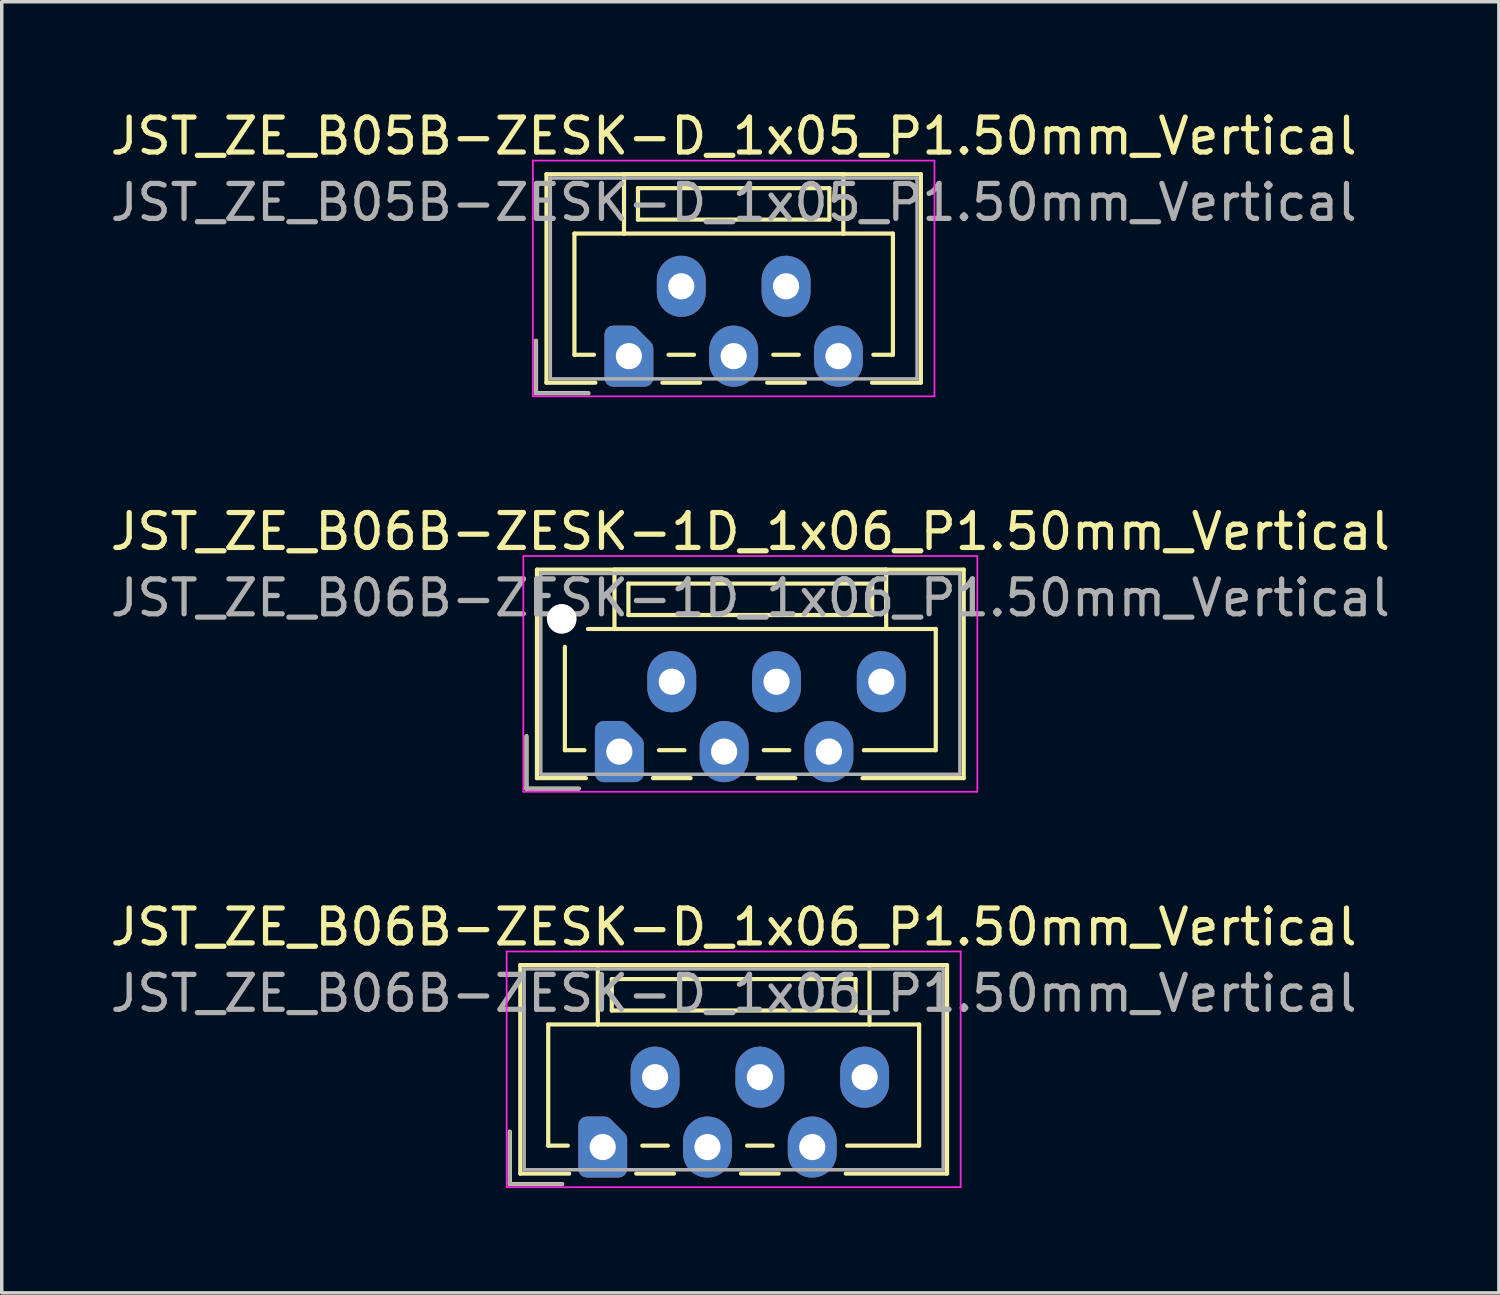
<source format=kicad_pcb>
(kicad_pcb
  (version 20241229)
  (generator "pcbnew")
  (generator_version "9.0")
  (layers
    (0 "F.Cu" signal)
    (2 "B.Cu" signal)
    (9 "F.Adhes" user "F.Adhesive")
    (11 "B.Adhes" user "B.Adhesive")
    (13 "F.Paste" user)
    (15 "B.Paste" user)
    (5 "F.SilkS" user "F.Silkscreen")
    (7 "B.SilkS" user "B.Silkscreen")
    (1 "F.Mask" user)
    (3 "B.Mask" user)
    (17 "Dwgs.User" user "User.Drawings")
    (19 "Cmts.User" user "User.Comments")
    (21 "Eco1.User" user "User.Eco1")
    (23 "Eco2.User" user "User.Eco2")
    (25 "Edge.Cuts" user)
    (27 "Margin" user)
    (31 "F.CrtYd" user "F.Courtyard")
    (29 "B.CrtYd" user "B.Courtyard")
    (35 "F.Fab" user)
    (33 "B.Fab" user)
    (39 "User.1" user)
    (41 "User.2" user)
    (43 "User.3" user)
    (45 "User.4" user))
  (footprint "JST_ZE_B06B-ZESK-1D_1x06_P1.50mm_Vertical"
    (layer "F.Cu")
    (at 14.685 18.471)
    (property "Reference" "JST_ZE_B06B-ZESK-1D_1x06_P1.50mm_Vertical" (at 3.75 -6.3 0) (layer "F.SilkS") (effects (font (size 1 1) (thickness 0.15))))
    (attr through_hole)
    (fp_line (start -2.66 -0.44) (end -2.66 1.06) (stroke (width 0.12) (type solid)) (layer "F.SilkS"))
    (fp_line (start -2.66 1.06) (end -1.16 1.06) (stroke (width 0.12) (type solid)) (layer "F.SilkS"))
    (fp_line (start -2.36 -5.21) (end 9.86 -5.21) (stroke (width 0.12) (type solid)) (layer "F.SilkS"))
    (fp_line (start -2.36 0.76) (end -2.36 -5.21) (stroke (width 0.12) (type solid)) (layer "F.SilkS"))
    (fp_line (start -1.56 -3) (end -1.56 -0.04) (stroke (width 0.12) (type solid)) (layer "F.SilkS"))
    (fp_line (start -1.56 -0.04) (end -1 -0.04) (stroke (width 0.12) (type solid)) (layer "F.SilkS"))
    (fp_line (start -0.96 0.76) (end -2.36 0.76) (stroke (width 0.12) (type solid)) (layer "F.SilkS"))
    (fp_line (start -0.14 -5.21) (end -0.14 -3.51) (stroke (width 0.12) (type solid)) (layer "F.SilkS"))
    (fp_line (start -0.14 -3.51) (end -0.9 -3.51) (stroke (width 0.12) (type solid)) (layer "F.SilkS"))
    (fp_line (start -0.14 -3.51) (end 7.64 -3.51) (stroke (width 0.12) (type solid)) (layer "F.SilkS"))
    (fp_line (start 0.26 -4.81) (end 0.26 -3.91) (stroke (width 0.12) (type solid)) (layer "F.SilkS"))
    (fp_line (start 0.26 -3.91) (end 7.24 -3.91) (stroke (width 0.12) (type solid)) (layer "F.SilkS"))
    (fp_line (start 0.96 0.76) (end 2.04 0.76) (stroke (width 0.12) (type solid)) (layer "F.SilkS"))
    (fp_line (start 1.135 -0.04) (end 1.865 -0.04) (stroke (width 0.12) (type solid)) (layer "F.SilkS"))
    (fp_line (start 3.96 0.76) (end 5.04 0.76) (stroke (width 0.12) (type solid)) (layer "F.SilkS"))
    (fp_line (start 4.135 -0.04) (end 4.865 -0.04) (stroke (width 0.12) (type solid)) (layer "F.SilkS"))
    (fp_line (start 7.24 -4.81) (end 0.26 -4.81) (stroke (width 0.12) (type solid)) (layer "F.SilkS"))
    (fp_line (start 7.24 -3.91) (end 7.24 -4.81) (stroke (width 0.12) (type solid)) (layer "F.SilkS"))
    (fp_line (start 7.64 -5.21) (end -0.14 -5.21) (stroke (width 0.12) (type solid)) (layer "F.SilkS"))
    (fp_line (start 7.64 -3.51) (end 7.64 -5.21) (stroke (width 0.12) (type solid)) (layer "F.SilkS"))
    (fp_line (start 7.64 -3.51) (end 9.06 -3.51) (stroke (width 0.12) (type solid)) (layer "F.SilkS"))
    (fp_line (start 9.06 -3.51) (end 9.06 -0.04) (stroke (width 0.12) (type solid)) (layer "F.SilkS"))
    (fp_line (start 9.06 -0.04) (end 7 -0.04) (stroke (width 0.12) (type solid)) (layer "F.SilkS"))
    (fp_line (start 9.86 -5.21) (end 9.86 0.76) (stroke (width 0.12) (type solid)) (layer "F.SilkS"))
    (fp_line (start 9.86 0.76) (end 6.96 0.76) (stroke (width 0.12) (type solid)) (layer "F.SilkS"))
    (fp_line (start -2.75 -5.6) (end -2.75 1.15) (stroke (width 0.05) (type solid)) (layer "F.CrtYd"))
    (fp_line (start -2.75 1.15) (end 10.25 1.15) (stroke (width 0.05) (type solid)) (layer "F.CrtYd"))
    (fp_line (start 10.25 -5.6) (end -2.75 -5.6) (stroke (width 0.05) (type solid)) (layer "F.CrtYd"))
    (fp_line (start 10.25 1.15) (end 10.25 -5.6) (stroke (width 0.05) (type solid)) (layer "F.CrtYd"))
    (fp_line (start -2.66 -0.44) (end -2.66 1.06) (stroke (width 0.1) (type solid)) (layer "F.Fab"))
    (fp_line (start -2.66 1.06) (end -1.16 1.06) (stroke (width 0.1) (type solid)) (layer "F.Fab"))
    (fp_line (start -2.25 -5.1) (end -2.25 0.65) (stroke (width 0.1) (type solid)) (layer "F.Fab"))
    (fp_line (start -2.25 0.65) (end 9.75 0.65) (stroke (width 0.1) (type solid)) (layer "F.Fab"))
    (fp_line (start 9.75 -5.1) (end -2.25 -5.1) (stroke (width 0.1) (type solid)) (layer "F.Fab"))
    (fp_line (start 9.75 0.65) (end 9.75 -5.1) (stroke (width 0.1) (type solid)) (layer "F.Fab"))
    (fp_text user "${REFERENCE}" (at 3.75 -4.4 0) (layer "F.Fab") (effects (font (size 1 1) (thickness 0.15))))
    (pad "" np_thru_hole circle (at -1.65 -3.8) (size 0.85 0.85) (drill 0.85) (layers "*.Cu" "*.Mask"))
    (pad "1" thru_hole custom (at 0 0) (size 1.117 1.117) (drill 0.75) (layers "*.Cu" "*.Mask") (options (anchor circle)) (primitives (gr_poly (pts (xy 0.45 -0.225) (xy 0.45 0.625) (xy -0.45 0.625) (xy -0.45 -0.625) (xy 0.05 -0.625)) (width 0.5) (fill yes))))
    (pad "2" thru_hole oval (at 1.5 -2) (size 1.4 1.75) (drill 0.75) (layers "*.Cu" "*.Mask"))
    (pad "3" thru_hole oval (at 3 0) (size 1.4 1.75) (drill 0.75) (layers "*.Cu" "*.Mask"))
    (pad "4" thru_hole oval (at 4.5 -2) (size 1.4 1.75) (drill 0.75) (layers "*.Cu" "*.Mask"))
    (pad "5" thru_hole oval (at 6 0) (size 1.4 1.75) (drill 0.75) (layers "*.Cu" "*.Mask"))
    (pad "6" thru_hole oval (at 7.5 -2) (size 1.4 1.75) (drill 0.75) (layers "*.Cu" "*.Mask")))
  (footprint "JST_ZE_B06B-ZESK-D_1x06_P1.50mm_Vertical"
    (layer "F.Cu")
    (at 14.208 29.795)
    (property "Reference" "JST_ZE_B06B-ZESK-D_1x06_P1.50mm_Vertical" (at 3.75 -6.3 0) (layer "F.SilkS") (effects (font (size 1 1) (thickness 0.15))))
    (attr through_hole)
    (fp_line (start -2.66 -0.44) (end -2.66 1.06) (stroke (width 0.12) (type solid)) (layer "F.SilkS"))
    (fp_line (start -2.66 1.06) (end -1.16 1.06) (stroke (width 0.12) (type solid)) (layer "F.SilkS"))
    (fp_line (start -2.36 -5.21) (end 9.86 -5.21) (stroke (width 0.12) (type solid)) (layer "F.SilkS"))
    (fp_line (start -2.36 0.76) (end -2.36 -5.21) (stroke (width 0.12) (type solid)) (layer "F.SilkS"))
    (fp_line (start -1.56 -3.51) (end -1.56 -0.04) (stroke (width 0.12) (type solid)) (layer "F.SilkS"))
    (fp_line (start -1.56 -0.04) (end -1 -0.04) (stroke (width 0.12) (type solid)) (layer "F.SilkS"))
    (fp_line (start -0.96 0.76) (end -2.36 0.76) (stroke (width 0.12) (type solid)) (layer "F.SilkS"))
    (fp_line (start -0.14 -5.21) (end -0.14 -3.51) (stroke (width 0.12) (type solid)) (layer "F.SilkS"))
    (fp_line (start -0.14 -3.51) (end -1.56 -3.51) (stroke (width 0.12) (type solid)) (layer "F.SilkS"))
    (fp_line (start -0.14 -3.51) (end 7.64 -3.51) (stroke (width 0.12) (type solid)) (layer "F.SilkS"))
    (fp_line (start 0.26 -4.81) (end 0.26 -3.91) (stroke (width 0.12) (type solid)) (layer "F.SilkS"))
    (fp_line (start 0.26 -3.91) (end 7.24 -3.91) (stroke (width 0.12) (type solid)) (layer "F.SilkS"))
    (fp_line (start 0.96 0.76) (end 2.04 0.76) (stroke (width 0.12) (type solid)) (layer "F.SilkS"))
    (fp_line (start 1.135 -0.04) (end 1.865 -0.04) (stroke (width 0.12) (type solid)) (layer "F.SilkS"))
    (fp_line (start 3.96 0.76) (end 5.04 0.76) (stroke (width 0.12) (type solid)) (layer "F.SilkS"))
    (fp_line (start 4.135 -0.04) (end 4.865 -0.04) (stroke (width 0.12) (type solid)) (layer "F.SilkS"))
    (fp_line (start 7.24 -4.81) (end 0.26 -4.81) (stroke (width 0.12) (type solid)) (layer "F.SilkS"))
    (fp_line (start 7.24 -3.91) (end 7.24 -4.81) (stroke (width 0.12) (type solid)) (layer "F.SilkS"))
    (fp_line (start 7.64 -5.21) (end -0.14 -5.21) (stroke (width 0.12) (type solid)) (layer "F.SilkS"))
    (fp_line (start 7.64 -3.51) (end 7.64 -5.21) (stroke (width 0.12) (type solid)) (layer "F.SilkS"))
    (fp_line (start 7.64 -3.51) (end 9.06 -3.51) (stroke (width 0.12) (type solid)) (layer "F.SilkS"))
    (fp_line (start 9.06 -3.51) (end 9.06 -0.04) (stroke (width 0.12) (type solid)) (layer "F.SilkS"))
    (fp_line (start 9.06 -0.04) (end 7 -0.04) (stroke (width 0.12) (type solid)) (layer "F.SilkS"))
    (fp_line (start 9.86 -5.21) (end 9.86 0.76) (stroke (width 0.12) (type solid)) (layer "F.SilkS"))
    (fp_line (start 9.86 0.76) (end 6.96 0.76) (stroke (width 0.12) (type solid)) (layer "F.SilkS"))
    (fp_line (start -2.75 -5.6) (end -2.75 1.15) (stroke (width 0.05) (type solid)) (layer "F.CrtYd"))
    (fp_line (start -2.75 1.15) (end 10.25 1.15) (stroke (width 0.05) (type solid)) (layer "F.CrtYd"))
    (fp_line (start 10.25 -5.6) (end -2.75 -5.6) (stroke (width 0.05) (type solid)) (layer "F.CrtYd"))
    (fp_line (start 10.25 1.15) (end 10.25 -5.6) (stroke (width 0.05) (type solid)) (layer "F.CrtYd"))
    (fp_line (start -2.66 -0.44) (end -2.66 1.06) (stroke (width 0.1) (type solid)) (layer "F.Fab"))
    (fp_line (start -2.66 1.06) (end -1.16 1.06) (stroke (width 0.1) (type solid)) (layer "F.Fab"))
    (fp_line (start -2.25 -5.1) (end -2.25 0.65) (stroke (width 0.1) (type solid)) (layer "F.Fab"))
    (fp_line (start -2.25 0.65) (end 9.75 0.65) (stroke (width 0.1) (type solid)) (layer "F.Fab"))
    (fp_line (start 9.75 -5.1) (end -2.25 -5.1) (stroke (width 0.1) (type solid)) (layer "F.Fab"))
    (fp_line (start 9.75 0.65) (end 9.75 -5.1) (stroke (width 0.1) (type solid)) (layer "F.Fab"))
    (fp_text user "${REFERENCE}" (at 3.75 -4.4 0) (layer "F.Fab") (effects (font (size 1 1) (thickness 0.15))))
    (pad "1" thru_hole custom (at 0 0) (size 1.117 1.117) (drill 0.75) (layers "*.Cu" "*.Mask") (options (anchor circle)) (primitives (gr_poly (pts (xy 0.45 -0.225) (xy 0.45 0.625) (xy -0.45 0.625) (xy -0.45 -0.625) (xy 0.05 -0.625)) (width 0.5) (fill yes))))
    (pad "2" thru_hole oval (at 1.5 -2) (size 1.4 1.75) (drill 0.75) (layers "*.Cu" "*.Mask"))
    (pad "3" thru_hole oval (at 3 0) (size 1.4 1.75) (drill 0.75) (layers "*.Cu" "*.Mask"))
    (pad "4" thru_hole oval (at 4.5 -2) (size 1.4 1.75) (drill 0.75) (layers "*.Cu" "*.Mask"))
    (pad "5" thru_hole oval (at 6 0) (size 1.4 1.75) (drill 0.75) (layers "*.Cu" "*.Mask"))
    (pad "6" thru_hole oval (at 7.5 -2) (size 1.4 1.75) (drill 0.75) (layers "*.Cu" "*.Mask")))
  (footprint "JST_ZE_B05B-ZESK-D_1x05_P1.50mm_Vertical"
    (layer "F.Cu")
    (at 14.958 7.148)
    (property "Reference" "JST_ZE_B05B-ZESK-D_1x05_P1.50mm_Vertical" (at 3 -6.3 0) (layer "F.SilkS") (effects (font (size 1 1) (thickness 0.15))))
    (attr through_hole)
    (fp_line (start -2.66 -0.44) (end -2.66 1.06) (stroke (width 0.12) (type solid)) (layer "F.SilkS"))
    (fp_line (start -2.66 1.06) (end -1.16 1.06) (stroke (width 0.12) (type solid)) (layer "F.SilkS"))
    (fp_line (start -2.36 -5.21) (end 8.36 -5.21) (stroke (width 0.12) (type solid)) (layer "F.SilkS"))
    (fp_line (start -2.36 0.76) (end -2.36 -5.21) (stroke (width 0.12) (type solid)) (layer "F.SilkS"))
    (fp_line (start -1.56 -3.51) (end -1.56 -0.04) (stroke (width 0.12) (type solid)) (layer "F.SilkS"))
    (fp_line (start -1.56 -0.04) (end -1 -0.04) (stroke (width 0.12) (type solid)) (layer "F.SilkS"))
    (fp_line (start -0.96 0.76) (end -2.36 0.76) (stroke (width 0.12) (type solid)) (layer "F.SilkS"))
    (fp_line (start -0.14 -5.21) (end -0.14 -3.51) (stroke (width 0.12) (type solid)) (layer "F.SilkS"))
    (fp_line (start -0.14 -3.51) (end -1.56 -3.51) (stroke (width 0.12) (type solid)) (layer "F.SilkS"))
    (fp_line (start -0.14 -3.51) (end 6.14 -3.51) (stroke (width 0.12) (type solid)) (layer "F.SilkS"))
    (fp_line (start 0.26 -4.81) (end 0.26 -3.91) (stroke (width 0.12) (type solid)) (layer "F.SilkS"))
    (fp_line (start 0.26 -3.91) (end 5.74 -3.91) (stroke (width 0.12) (type solid)) (layer "F.SilkS"))
    (fp_line (start 0.96 0.76) (end 2.04 0.76) (stroke (width 0.12) (type solid)) (layer "F.SilkS"))
    (fp_line (start 1.135 -0.04) (end 1.865 -0.04) (stroke (width 0.12) (type solid)) (layer "F.SilkS"))
    (fp_line (start 3.96 0.76) (end 5.04 0.76) (stroke (width 0.12) (type solid)) (layer "F.SilkS"))
    (fp_line (start 4.135 -0.04) (end 4.865 -0.04) (stroke (width 0.12) (type solid)) (layer "F.SilkS"))
    (fp_line (start 5.74 -4.81) (end 0.26 -4.81) (stroke (width 0.12) (type solid)) (layer "F.SilkS"))
    (fp_line (start 5.74 -3.91) (end 5.74 -4.81) (stroke (width 0.12) (type solid)) (layer "F.SilkS"))
    (fp_line (start 6.14 -5.21) (end -0.14 -5.21) (stroke (width 0.12) (type solid)) (layer "F.SilkS"))
    (fp_line (start 6.14 -3.51) (end 6.14 -5.21) (stroke (width 0.12) (type solid)) (layer "F.SilkS"))
    (fp_line (start 6.14 -3.51) (end 7.56 -3.51) (stroke (width 0.12) (type solid)) (layer "F.SilkS"))
    (fp_line (start 7.56 -3.51) (end 7.56 -0.04) (stroke (width 0.12) (type solid)) (layer "F.SilkS"))
    (fp_line (start 7.56 -0.04) (end 7 -0.04) (stroke (width 0.12) (type solid)) (layer "F.SilkS"))
    (fp_line (start 8.36 -5.21) (end 8.36 0.76) (stroke (width 0.12) (type solid)) (layer "F.SilkS"))
    (fp_line (start 8.36 0.76) (end 6.96 0.76) (stroke (width 0.12) (type solid)) (layer "F.SilkS"))
    (fp_line (start -2.75 -5.6) (end -2.75 1.15) (stroke (width 0.05) (type solid)) (layer "F.CrtYd"))
    (fp_line (start -2.75 1.15) (end 8.75 1.15) (stroke (width 0.05) (type solid)) (layer "F.CrtYd"))
    (fp_line (start 8.75 -5.6) (end -2.75 -5.6) (stroke (width 0.05) (type solid)) (layer "F.CrtYd"))
    (fp_line (start 8.75 1.15) (end 8.75 -5.6) (stroke (width 0.05) (type solid)) (layer "F.CrtYd"))
    (fp_line (start -2.66 -0.44) (end -2.66 1.06) (stroke (width 0.1) (type solid)) (layer "F.Fab"))
    (fp_line (start -2.66 1.06) (end -1.16 1.06) (stroke (width 0.1) (type solid)) (layer "F.Fab"))
    (fp_line (start -2.25 -5.1) (end -2.25 0.65) (stroke (width 0.1) (type solid)) (layer "F.Fab"))
    (fp_line (start -2.25 0.65) (end 8.25 0.65) (stroke (width 0.1) (type solid)) (layer "F.Fab"))
    (fp_line (start 8.25 -5.1) (end -2.25 -5.1) (stroke (width 0.1) (type solid)) (layer "F.Fab"))
    (fp_line (start 8.25 0.65) (end 8.25 -5.1) (stroke (width 0.1) (type solid)) (layer "F.Fab"))
    (fp_text user "${REFERENCE}" (at 3 -4.4 0) (layer "F.Fab") (effects (font (size 1 1) (thickness 0.15))))
    (pad "1" thru_hole custom (at 0 0) (size 1.117 1.117) (drill 0.75) (layers "*.Cu" "*.Mask") (options (anchor circle)) (primitives (gr_poly (pts (xy 0.45 -0.225) (xy 0.45 0.625) (xy -0.45 0.625) (xy -0.45 -0.625) (xy 0.05 -0.625)) (width 0.5) (fill yes))))
    (pad "2" thru_hole oval (at 1.5 -2) (size 1.4 1.75) (drill 0.75) (layers "*.Cu" "*.Mask"))
    (pad "3" thru_hole oval (at 3 0) (size 1.4 1.75) (drill 0.75) (layers "*.Cu" "*.Mask"))
    (pad "4" thru_hole oval (at 4.5 -2) (size 1.4 1.75) (drill 0.75) (layers "*.Cu" "*.Mask"))
    (pad "5" thru_hole oval (at 6 0) (size 1.4 1.75) (drill 0.75) (layers "*.Cu" "*.Mask")))
  (gr_rect
    (start -3 -3)
    (end 39.869 33.97)
    (stroke (width 0.1) (type default))
    (fill no)
    (layer "Edge.Cuts")))
</source>
